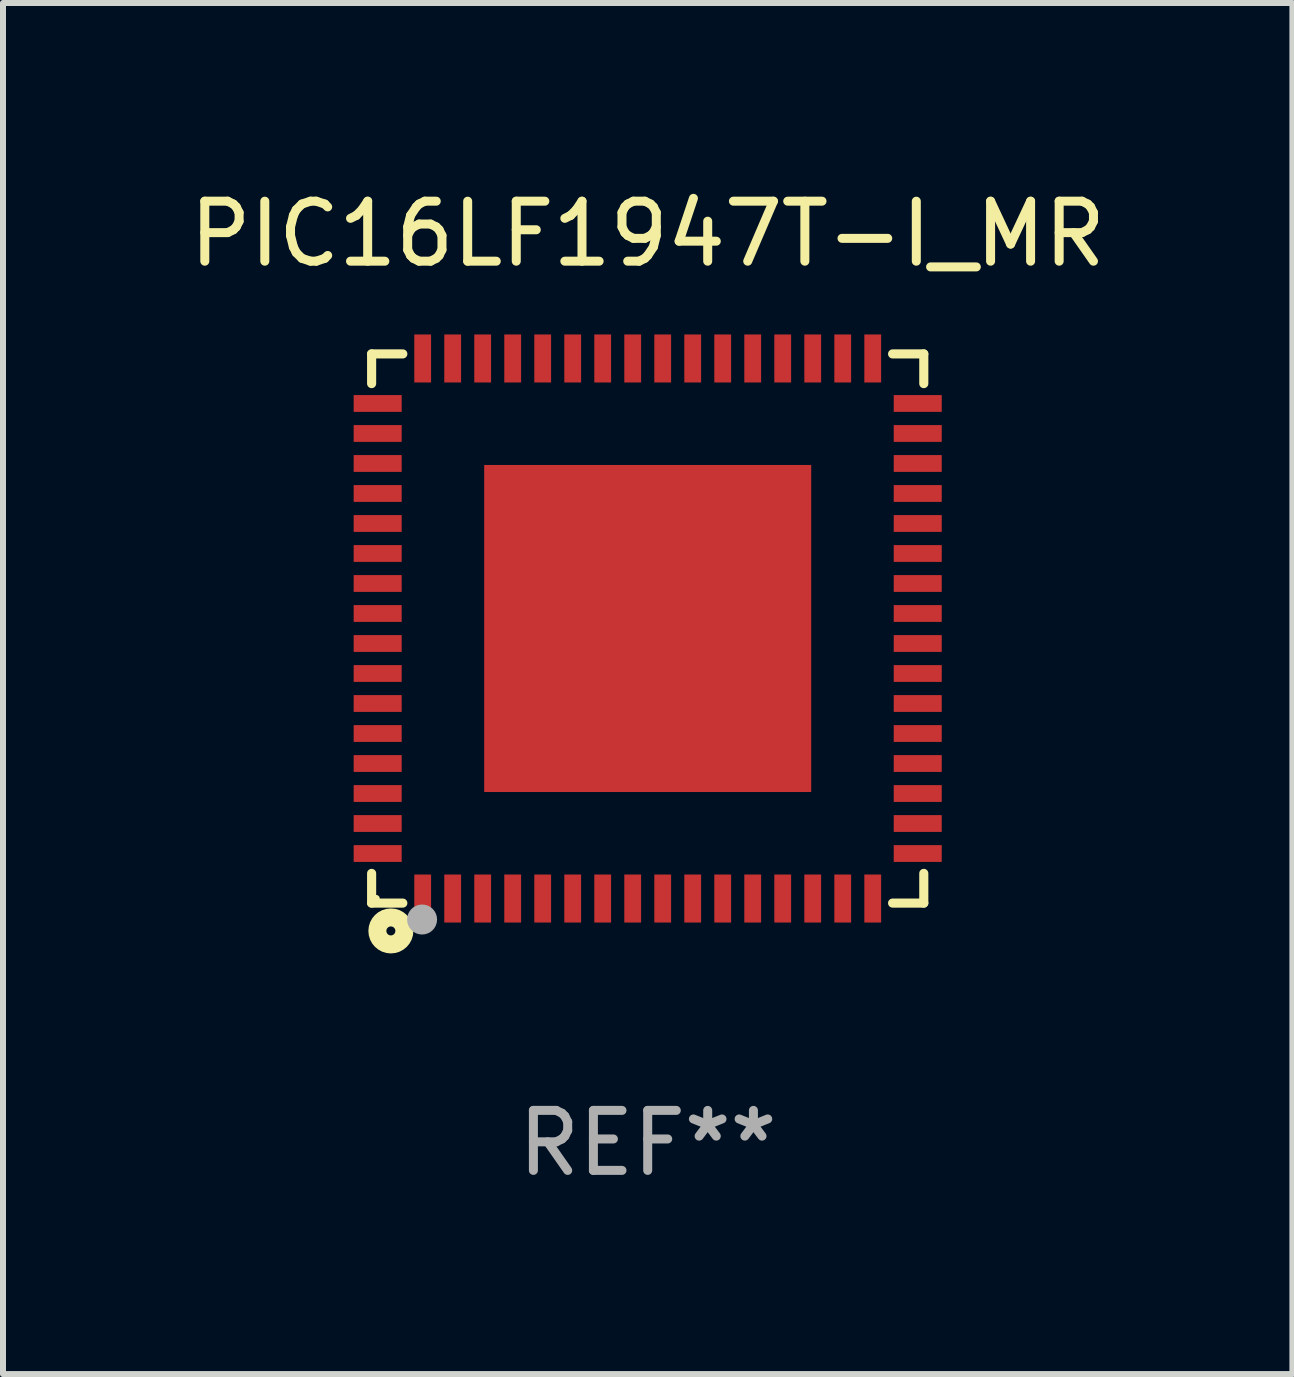
<source format=kicad_pcb>
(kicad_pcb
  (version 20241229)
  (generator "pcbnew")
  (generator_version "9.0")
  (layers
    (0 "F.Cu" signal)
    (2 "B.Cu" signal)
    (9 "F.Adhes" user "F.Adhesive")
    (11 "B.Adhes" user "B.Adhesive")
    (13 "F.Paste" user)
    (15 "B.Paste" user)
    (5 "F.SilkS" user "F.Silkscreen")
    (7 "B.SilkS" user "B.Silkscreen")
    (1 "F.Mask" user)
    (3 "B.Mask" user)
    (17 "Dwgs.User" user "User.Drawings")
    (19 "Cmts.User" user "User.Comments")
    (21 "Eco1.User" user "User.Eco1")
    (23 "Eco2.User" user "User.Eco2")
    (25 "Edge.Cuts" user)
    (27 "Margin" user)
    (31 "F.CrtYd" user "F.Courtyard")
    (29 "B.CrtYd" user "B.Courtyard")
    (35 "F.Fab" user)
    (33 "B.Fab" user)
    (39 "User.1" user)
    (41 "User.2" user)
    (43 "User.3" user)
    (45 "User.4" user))
  (footprint "PIC16LF1947T-I_MR"
    (layer "F.Cu")
    (at 7.744 7.424)
    (property "Reference" "PIC16LF1947T-I_MR" (at 0 -6.576 0) (layer "F.SilkS") (effects (font (size 1 1) (thickness 0.15))))
    (attr through_hole)
    (fp_line (start -4.601 -4.576) (end -4.081 -4.576) (stroke (width 0.152) (type solid)) (layer "F.SilkS"))
    (fp_line (start -4.601 -4.081) (end -4.601 -4.576) (stroke (width 0.152) (type solid)) (layer "F.SilkS"))
    (fp_line (start -4.601 4.081) (end -4.601 4.576) (stroke (width 0.152) (type solid)) (layer "F.SilkS"))
    (fp_line (start -4.601 4.576) (end -4.081 4.576) (stroke (width 0.152) (type solid)) (layer "F.SilkS"))
    (fp_line (start 4.601 -4.576) (end 4.081 -4.576) (stroke (width 0.152) (type solid)) (layer "F.SilkS"))
    (fp_line (start 4.601 -4.081) (end 4.601 -4.576) (stroke (width 0.152) (type solid)) (layer "F.SilkS"))
    (fp_line (start 4.601 4.081) (end 4.601 4.576) (stroke (width 0.152) (type solid)) (layer "F.SilkS"))
    (fp_line (start 4.601 4.576) (end 4.081 4.576) (stroke (width 0.152) (type solid)) (layer "F.SilkS"))
    (fp_circle (center -4.525 4.5) (end -4.495 4.5) (stroke (width 0.06) (type solid)) (fill no) (layer "F.SilkS"))
    (fp_circle (center -4.28 5.04) (end -4.205 5.04) (stroke (width 0.3) (type solid)) (fill no) (layer "F.SilkS"))
    (fp_circle (center -3.76 4.85) (end -3.635 4.85) (stroke (width 0.25) (type solid)) (fill no) (layer "F.Fab"))
    (fp_text user "REF**" (at 0 8.576 0) (layer "F.Fab") (effects (font (size 1 1) (thickness 0.15))))
    (pad "1" smd rect (at -3.75 4.5) (size 0.28 0.8) (layers "F.Cu" "F.Mask" "F.Paste"))
    (pad "2" smd rect (at -3.25 4.5) (size 0.28 0.8) (layers "F.Cu" "F.Mask" "F.Paste"))
    (pad "3" smd rect (at -2.75 4.5) (size 0.28 0.8) (layers "F.Cu" "F.Mask" "F.Paste"))
    (pad "4" smd rect (at -2.25 4.5) (size 0.28 0.8) (layers "F.Cu" "F.Mask" "F.Paste"))
    (pad "5" smd rect (at -1.75 4.5) (size 0.28 0.8) (layers "F.Cu" "F.Mask" "F.Paste"))
    (pad "6" smd rect (at -1.25 4.5) (size 0.28 0.8) (layers "F.Cu" "F.Mask" "F.Paste"))
    (pad "7" smd rect (at -0.75 4.5) (size 0.28 0.8) (layers "F.Cu" "F.Mask" "F.Paste"))
    (pad "8" smd rect (at -0.25 4.5) (size 0.28 0.8) (layers "F.Cu" "F.Mask" "F.Paste"))
    (pad "9" smd rect (at 0.25 4.5) (size 0.28 0.8) (layers "F.Cu" "F.Mask" "F.Paste"))
    (pad "10" smd rect (at 0.75 4.5) (size 0.28 0.8) (layers "F.Cu" "F.Mask" "F.Paste"))
    (pad "11" smd rect (at 1.25 4.5) (size 0.28 0.8) (layers "F.Cu" "F.Mask" "F.Paste"))
    (pad "12" smd rect (at 1.75 4.5) (size 0.28 0.8) (layers "F.Cu" "F.Mask" "F.Paste"))
    (pad "13" smd rect (at 2.25 4.5) (size 0.28 0.8) (layers "F.Cu" "F.Mask" "F.Paste"))
    (pad "14" smd rect (at 2.75 4.5) (size 0.28 0.8) (layers "F.Cu" "F.Mask" "F.Paste"))
    (pad "15" smd rect (at 3.25 4.5) (size 0.28 0.8) (layers "F.Cu" "F.Mask" "F.Paste"))
    (pad "16" smd rect (at 3.75 4.5) (size 0.28 0.8) (layers "F.Cu" "F.Mask" "F.Paste"))
    (pad "17" smd rect (at 4.5 3.75) (size 0.8 0.28) (layers "F.Cu" "F.Mask" "F.Paste"))
    (pad "18" smd rect (at 4.5 3.25) (size 0.8 0.28) (layers "F.Cu" "F.Mask" "F.Paste"))
    (pad "19" smd rect (at 4.5 2.75) (size 0.8 0.28) (layers "F.Cu" "F.Mask" "F.Paste"))
    (pad "20" smd rect (at 4.5 2.25) (size 0.8 0.28) (layers "F.Cu" "F.Mask" "F.Paste"))
    (pad "21" smd rect (at 4.5 1.75) (size 0.8 0.28) (layers "F.Cu" "F.Mask" "F.Paste"))
    (pad "22" smd rect (at 4.5 1.25) (size 0.8 0.28) (layers "F.Cu" "F.Mask" "F.Paste"))
    (pad "23" smd rect (at 4.5 0.75) (size 0.8 0.28) (layers "F.Cu" "F.Mask" "F.Paste"))
    (pad "24" smd rect (at 4.5 0.25) (size 0.8 0.28) (layers "F.Cu" "F.Mask" "F.Paste"))
    (pad "25" smd rect (at 4.5 -0.25) (size 0.8 0.28) (layers "F.Cu" "F.Mask" "F.Paste"))
    (pad "26" smd rect (at 4.5 -0.75) (size 0.8 0.28) (layers "F.Cu" "F.Mask" "F.Paste"))
    (pad "27" smd rect (at 4.5 -1.25) (size 0.8 0.28) (layers "F.Cu" "F.Mask" "F.Paste"))
    (pad "28" smd rect (at 4.5 -1.75) (size 0.8 0.28) (layers "F.Cu" "F.Mask" "F.Paste"))
    (pad "29" smd rect (at 4.5 -2.25) (size 0.8 0.28) (layers "F.Cu" "F.Mask" "F.Paste"))
    (pad "30" smd rect (at 4.5 -2.75) (size 0.8 0.28) (layers "F.Cu" "F.Mask" "F.Paste"))
    (pad "31" smd rect (at 4.5 -3.25) (size 0.8 0.28) (layers "F.Cu" "F.Mask" "F.Paste"))
    (pad "32" smd rect (at 4.5 -3.75) (size 0.8 0.28) (layers "F.Cu" "F.Mask" "F.Paste"))
    (pad "33" smd rect (at 3.75 -4.5) (size 0.28 0.8) (layers "F.Cu" "F.Mask" "F.Paste"))
    (pad "34" smd rect (at 3.25 -4.5) (size 0.28 0.8) (layers "F.Cu" "F.Mask" "F.Paste"))
    (pad "35" smd rect (at 2.75 -4.5) (size 0.28 0.8) (layers "F.Cu" "F.Mask" "F.Paste"))
    (pad "36" smd rect (at 2.25 -4.5) (size 0.28 0.8) (layers "F.Cu" "F.Mask" "F.Paste"))
    (pad "37" smd rect (at 1.75 -4.5) (size 0.28 0.8) (layers "F.Cu" "F.Mask" "F.Paste"))
    (pad "38" smd rect (at 1.25 -4.5) (size 0.28 0.8) (layers "F.Cu" "F.Mask" "F.Paste"))
    (pad "39" smd rect (at 0.75 -4.5) (size 0.28 0.8) (layers "F.Cu" "F.Mask" "F.Paste"))
    (pad "40" smd rect (at 0.25 -4.5) (size 0.28 0.8) (layers "F.Cu" "F.Mask" "F.Paste"))
    (pad "41" smd rect (at -0.25 -4.5) (size 0.28 0.8) (layers "F.Cu" "F.Mask" "F.Paste"))
    (pad "42" smd rect (at -0.75 -4.5) (size 0.28 0.8) (layers "F.Cu" "F.Mask" "F.Paste"))
    (pad "43" smd rect (at -1.25 -4.5) (size 0.28 0.8) (layers "F.Cu" "F.Mask" "F.Paste"))
    (pad "44" smd rect (at -1.75 -4.5) (size 0.28 0.8) (layers "F.Cu" "F.Mask" "F.Paste"))
    (pad "45" smd rect (at -2.25 -4.5) (size 0.28 0.8) (layers "F.Cu" "F.Mask" "F.Paste"))
    (pad "46" smd rect (at -2.75 -4.5) (size 0.28 0.8) (layers "F.Cu" "F.Mask" "F.Paste"))
    (pad "47" smd rect (at -3.25 -4.5) (size 0.28 0.8) (layers "F.Cu" "F.Mask" "F.Paste"))
    (pad "48" smd rect (at -3.75 -4.5) (size 0.28 0.8) (layers "F.Cu" "F.Mask" "F.Paste"))
    (pad "49" smd rect (at -4.5 -3.75) (size 0.8 0.28) (layers "F.Cu" "F.Mask" "F.Paste"))
    (pad "50" smd rect (at -4.5 -3.25) (size 0.8 0.28) (layers "F.Cu" "F.Mask" "F.Paste"))
    (pad "51" smd rect (at -4.5 -2.75) (size 0.8 0.28) (layers "F.Cu" "F.Mask" "F.Paste"))
    (pad "52" smd rect (at -4.5 -2.25) (size 0.8 0.28) (layers "F.Cu" "F.Mask" "F.Paste"))
    (pad "53" smd rect (at -4.5 -1.75) (size 0.8 0.28) (layers "F.Cu" "F.Mask" "F.Paste"))
    (pad "54" smd rect (at -4.5 -1.25) (size 0.8 0.28) (layers "F.Cu" "F.Mask" "F.Paste"))
    (pad "55" smd rect (at -4.5 -0.75) (size 0.8 0.28) (layers "F.Cu" "F.Mask" "F.Paste"))
    (pad "56" smd rect (at -4.5 -0.25) (size 0.8 0.28) (layers "F.Cu" "F.Mask" "F.Paste"))
    (pad "57" smd rect (at -4.5 0.25) (size 0.8 0.28) (layers "F.Cu" "F.Mask" "F.Paste"))
    (pad "58" smd rect (at -4.5 0.75) (size 0.8 0.28) (layers "F.Cu" "F.Mask" "F.Paste"))
    (pad "59" smd rect (at -4.5 1.25) (size 0.8 0.28) (layers "F.Cu" "F.Mask" "F.Paste"))
    (pad "60" smd rect (at -4.5 1.75) (size 0.8 0.28) (layers "F.Cu" "F.Mask" "F.Paste"))
    (pad "61" smd rect (at -4.5 2.25) (size 0.8 0.28) (layers "F.Cu" "F.Mask" "F.Paste"))
    (pad "62" smd rect (at -4.5 2.75) (size 0.8 0.28) (layers "F.Cu" "F.Mask" "F.Paste"))
    (pad "63" smd rect (at -4.5 3.25) (size 0.8 0.28) (layers "F.Cu" "F.Mask" "F.Paste"))
    (pad "64" smd rect (at -4.5 3.75) (size 0.8 0.28) (layers "F.Cu" "F.Mask" "F.Paste"))
    (pad "65" smd rect (at 0 0) (size 5.45 5.45) (layers "F.Cu" "F.Mask" "F.Paste")))
  (gr_rect
    (start -3 -3)
    (end 18.488 19.849)
    (stroke (width 0.1) (type default))
    (fill no)
    (layer "Edge.Cuts")))
</source>
